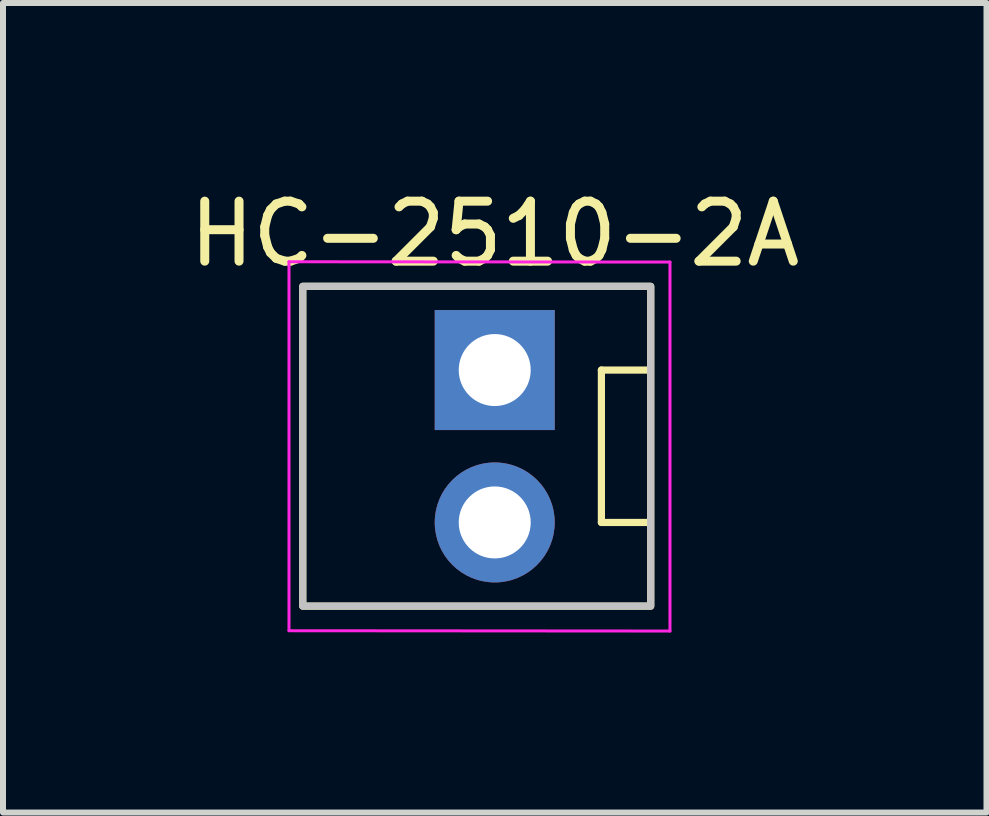
<source format=kicad_pcb>
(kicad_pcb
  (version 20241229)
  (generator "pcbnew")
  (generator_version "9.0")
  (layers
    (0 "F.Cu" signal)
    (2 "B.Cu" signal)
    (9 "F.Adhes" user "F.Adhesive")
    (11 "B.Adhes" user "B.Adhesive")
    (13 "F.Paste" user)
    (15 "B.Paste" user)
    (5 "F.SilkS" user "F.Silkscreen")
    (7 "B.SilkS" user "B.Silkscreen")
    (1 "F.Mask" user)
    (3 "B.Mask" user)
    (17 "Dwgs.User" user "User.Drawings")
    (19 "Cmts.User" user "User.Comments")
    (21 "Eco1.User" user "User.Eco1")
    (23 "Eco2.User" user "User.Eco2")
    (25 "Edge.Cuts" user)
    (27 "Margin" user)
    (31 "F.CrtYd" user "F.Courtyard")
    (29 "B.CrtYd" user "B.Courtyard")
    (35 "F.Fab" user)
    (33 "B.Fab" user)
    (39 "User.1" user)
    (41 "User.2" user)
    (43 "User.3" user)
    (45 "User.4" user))
  (footprint "HC-2510-2A"
    (layer "F.Cu")
    (at 5.196 3.118)
    (property "Reference" "HC-2510-2A" (at 0 -2.27 0) (layer "F.SilkS") (effects (font (size 1 1) (thickness 0.15))))
    (attr through_hole)
    (fp_line (start 1.778 0) (end 1.778 2.54) (stroke (width 0.12) (type solid)) (layer "F.SilkS"))
    (fp_line (start 1.778 2.54) (end 2.54 2.54) (stroke (width 0.12) (type solid)) (layer "F.SilkS"))
    (fp_line (start 2.54 0) (end 1.778 0) (stroke (width 0.12) (type solid)) (layer "F.SilkS"))
    (fp_rect (start -3.2 -1.395) (end 2.6 3.935) (stroke (width 0.12) (type solid)) (fill no) (layer "F.SilkS"))
    (fp_rect (start -3.2 -1.395) (end 2.6 3.935) (stroke (width 0.12) (type solid)) (fill no) (layer "Dwgs.User"))
    (fp_line (start -3.429 -1.805) (end -3.429 4.345) (stroke (width 0.05) (type solid)) (layer "F.CrtYd"))
    (fp_line (start -3.429 4.345) (end 2.921 4.35) (stroke (width 0.05) (type solid)) (layer "F.CrtYd"))
    (fp_line (start 2.921 -1.8) (end -3.429 -1.805) (stroke (width 0.05) (type solid)) (layer "F.CrtYd"))
    (fp_line (start 2.921 4.35) (end 2.921 -1.8) (stroke (width 0.05) (type solid)) (layer "F.CrtYd"))
    (fp_line (start -0.32 -0.32) (end -0.32 0.32) (stroke (width 0.1) (type solid)) (layer "F.Fab"))
    (fp_line (start -0.32 2.22) (end -0.32 2.86) (stroke (width 0.1) (type solid)) (layer "F.Fab"))
    (pad "1" thru_hole rect (at 0 0) (size 2 2) (drill 1.2) (layers "*.Cu" "*.Mask"))
    (pad "2" thru_hole circle (at 0 2.54) (size 2 2) (drill 1.2) (layers "*.Cu" "*.Mask")))
  (gr_rect
    (start -3 -3)
    (end 13.393 10.493)
    (stroke (width 0.1) (type default))
    (fill no)
    (layer "Edge.Cuts")))
</source>
